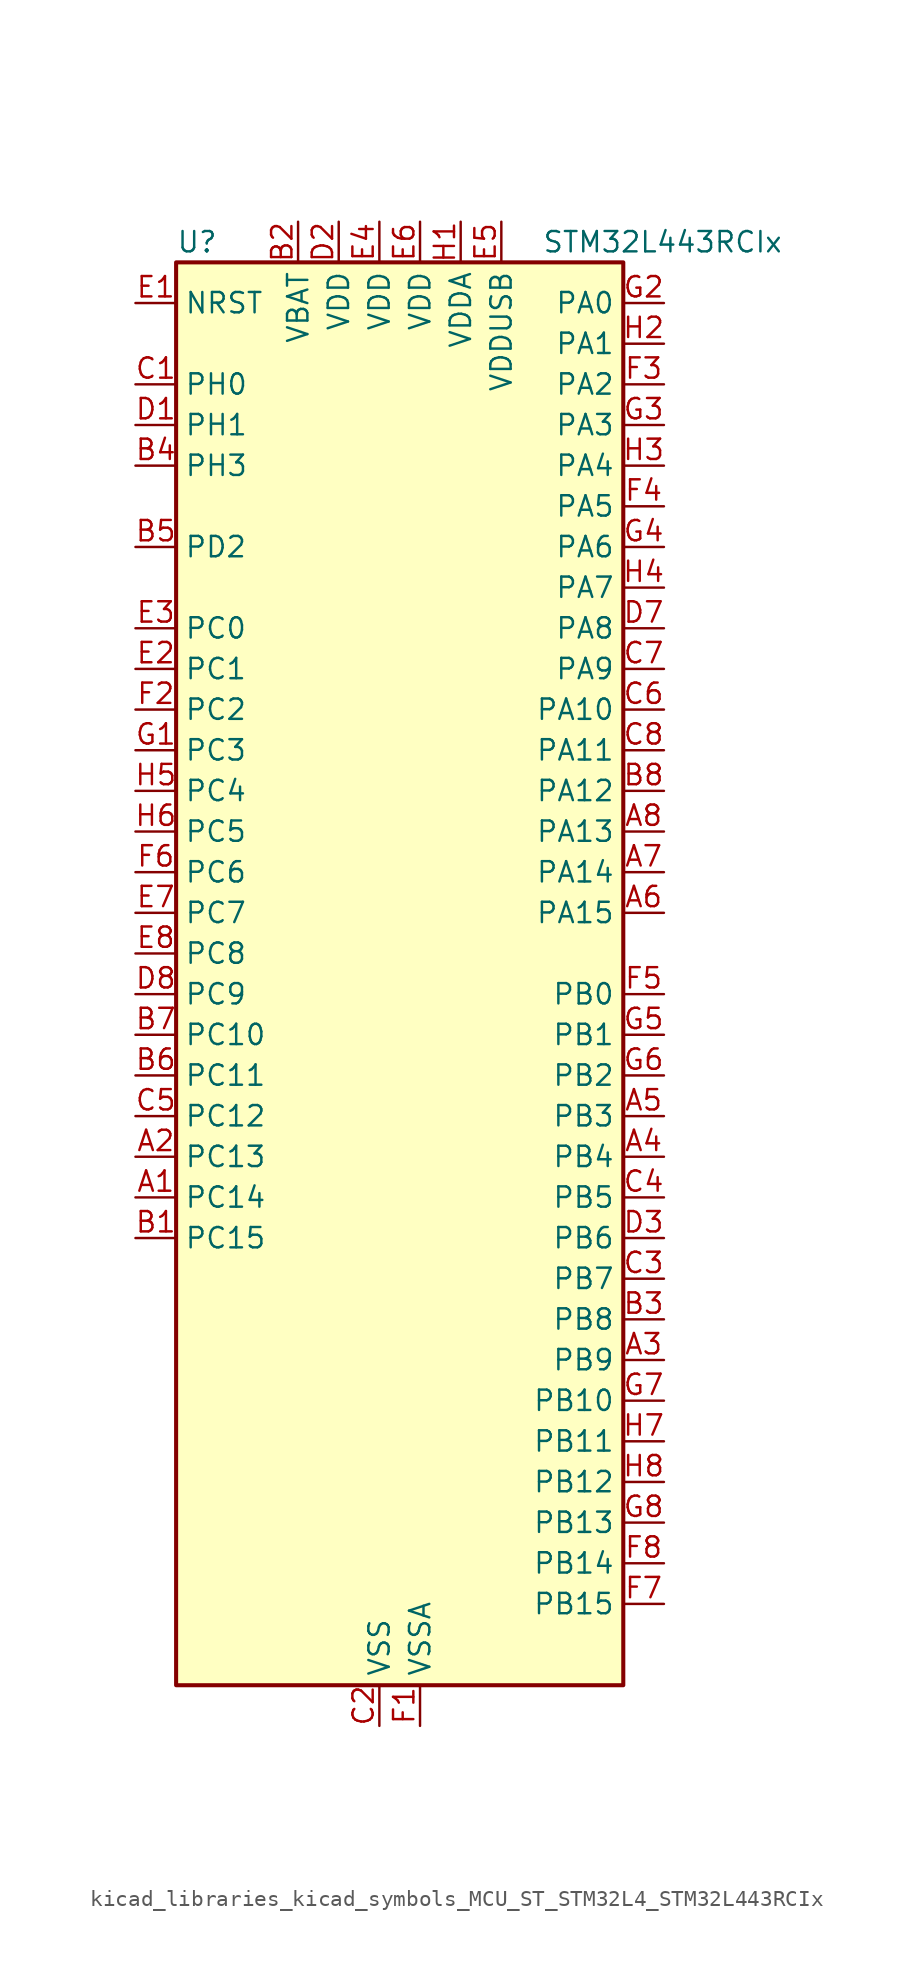
<source format=kicad_sym>
(kicad_symbol_lib
  (version 20220914)
  (generator kicad_symbol_editor)
  (symbol "kicad_libraries_kicad_symbols_MCU_ST_STM32L4_STM32L443RCIx"
    (property "Reference" "U"
      (at -12.7 46.99 0)
      (effects (font (size 1.27 1.27)) (justify left)))
    (property "Value" "STM32L443RCIx"
      (at 10.16 46.99 0)
      (effects (font (size 1.27 1.27)) (justify left)))
    (property "ki_locked" ""
      (at 0 0 0)
      (effects (font (size 1.27 1.27))))
    (symbol "kicad_libraries_kicad_symbols_MCU_ST_STM32L4_STM32L443RCIx_0_1"
      (rectangle (start -12.7 -43.18) (end 15.24 45.72) (stroke (width 0.254) (type default)) (fill (type background))))
    (symbol "kicad_libraries_kicad_symbols_MCU_ST_STM32L4_STM32L443RCIx_1_1"
      (pin bidirectional line (at -15.24 -12.7 0) (length 2.54) (name "PC14" (effects (font (size 1.27 1.27)))) (number "A1" (effects (font (size 1.27 1.27)))) (alternate "RCC_OSC32_IN" bidirectional line))
      (pin bidirectional line (at -15.24 -10.16 0) (length 2.54) (name "PC13" (effects (font (size 1.27 1.27)))) (number "A2" (effects (font (size 1.27 1.27)))) (alternate "RTC_OUT_ALARM" bidirectional line) (alternate "RTC_OUT_CALIB" bidirectional line) (alternate "RTC_TAMP1" bidirectional line) (alternate "RTC_TS" bidirectional line) (alternate "SYS_WKUP2" bidirectional line))
      (pin bidirectional line (at 17.78 -22.86 180) (length 2.54) (name "PB9" (effects (font (size 1.27 1.27)))) (number "A3" (effects (font (size 1.27 1.27)))) (alternate "CAN1_TX" bidirectional line) (alternate "DAC1_EXTI9" bidirectional line) (alternate "I2C1_SDA" bidirectional line) (alternate "IR_OUT" bidirectional line) (alternate "LCD_COM3" bidirectional line) (alternate "SAI1_FS_A" bidirectional line) (alternate "SDMMC1_D5" bidirectional line) (alternate "SPI2_NSS" bidirectional line))
      (pin bidirectional line (at 17.78 -10.16 180) (length 2.54) (name "PB4" (effects (font (size 1.27 1.27)))) (number "A4" (effects (font (size 1.27 1.27)))) (alternate "COMP2_INP" bidirectional line) (alternate "I2C3_SDA" bidirectional line) (alternate "LCD_SEG8" bidirectional line) (alternate "SAI1_MCLK_B" bidirectional line) (alternate "SPI1_MISO" bidirectional line) (alternate "SPI3_MISO" bidirectional line) (alternate "SYS_JTRST" bidirectional line) (alternate "TSC_G2_IO1" bidirectional line) (alternate "USART1_CTS" bidirectional line))
      (pin bidirectional line (at 17.78 -7.62 180) (length 2.54) (name "PB3" (effects (font (size 1.27 1.27)))) (number "A5" (effects (font (size 1.27 1.27)))) (alternate "COMP2_INM" bidirectional line) (alternate "LCD_SEG7" bidirectional line) (alternate "SAI1_SCK_B" bidirectional line) (alternate "SPI1_SCK" bidirectional line) (alternate "SPI3_SCK" bidirectional line) (alternate "SYS_JTDO-SWO" bidirectional line) (alternate "TIM2_CH2" bidirectional line) (alternate "USART1_DE" bidirectional line) (alternate "USART1_RTS" bidirectional line))
      (pin bidirectional line (at 17.78 5.08 180) (length 2.54) (name "PA15" (effects (font (size 1.27 1.27)))) (number "A6" (effects (font (size 1.27 1.27)))) (alternate "ADC1_EXTI15" bidirectional line) (alternate "LCD_SEG17" bidirectional line) (alternate "SPI1_NSS" bidirectional line) (alternate "SPI3_NSS" bidirectional line) (alternate "SWPMI1_SUSPEND" bidirectional line) (alternate "SYS_JTDI" bidirectional line) (alternate "TIM2_CH1" bidirectional line) (alternate "TIM2_ETR" bidirectional line) (alternate "TSC_G3_IO1" bidirectional line) (alternate "USART2_RX" bidirectional line) (alternate "USART3_DE" bidirectional line) (alternate "USART3_RTS" bidirectional line))
      (pin bidirectional line (at 17.78 7.62 180) (length 2.54) (name "PA14" (effects (font (size 1.27 1.27)))) (number "A7" (effects (font (size 1.27 1.27)))) (alternate "I2C1_SMBA" bidirectional line) (alternate "LPTIM1_OUT" bidirectional line) (alternate "SAI1_FS_B" bidirectional line) (alternate "SWPMI1_RX" bidirectional line) (alternate "SYS_JTCK-SWCLK" bidirectional line))
      (pin bidirectional line (at 17.78 10.16 180) (length 2.54) (name "PA13" (effects (font (size 1.27 1.27)))) (number "A8" (effects (font (size 1.27 1.27)))) (alternate "IR_OUT" bidirectional line) (alternate "SAI1_SD_B" bidirectional line) (alternate "SWPMI1_TX" bidirectional line) (alternate "SYS_JTMS-SWDIO" bidirectional line) (alternate "USB_NOE" bidirectional line))
      (pin bidirectional line (at -15.24 -15.24 0) (length 2.54) (name "PC15" (effects (font (size 1.27 1.27)))) (number "B1" (effects (font (size 1.27 1.27)))) (alternate "ADC1_EXTI15" bidirectional line) (alternate "RCC_OSC32_OUT" bidirectional line))
      (pin power_in line (at -5.08 48.26 270) (length 2.54) (name "VBAT" (effects (font (size 1.27 1.27)))) (number "B2" (effects (font (size 1.27 1.27)))))
      (pin bidirectional line (at 17.78 -20.32 180) (length 2.54) (name "PB8" (effects (font (size 1.27 1.27)))) (number "B3" (effects (font (size 1.27 1.27)))) (alternate "CAN1_RX" bidirectional line) (alternate "I2C1_SCL" bidirectional line) (alternate "LCD_SEG16" bidirectional line) (alternate "SAI1_MCLK_A" bidirectional line) (alternate "SDMMC1_D4" bidirectional line) (alternate "TIM16_CH1" bidirectional line))
      (pin bidirectional line (at -15.24 33.02 0) (length 2.54) (name "PH3" (effects (font (size 1.27 1.27)))) (number "B4" (effects (font (size 1.27 1.27)))))
      (pin bidirectional line (at -15.24 27.94 0) (length 2.54) (name "PD2" (effects (font (size 1.27 1.27)))) (number "B5" (effects (font (size 1.27 1.27)))) (alternate "LCD_COM7" bidirectional line) (alternate "LCD_SEG31" bidirectional line) (alternate "LCD_SEG43" bidirectional line) (alternate "SDMMC1_CMD" bidirectional line) (alternate "TSC_SYNC" bidirectional line) (alternate "USART3_DE" bidirectional line) (alternate "USART3_RTS" bidirectional line))
      (pin bidirectional line (at -15.24 -5.08 0) (length 2.54) (name "PC11" (effects (font (size 1.27 1.27)))) (number "B6" (effects (font (size 1.27 1.27)))) (alternate "ADC1_EXTI11" bidirectional line) (alternate "LCD_COM5" bidirectional line) (alternate "LCD_SEG29" bidirectional line) (alternate "LCD_SEG41" bidirectional line) (alternate "SDMMC1_D3" bidirectional line) (alternate "SPI3_MISO" bidirectional line) (alternate "TSC_G3_IO3" bidirectional line) (alternate "USART3_RX" bidirectional line))
      (pin bidirectional line (at -15.24 -2.54 0) (length 2.54) (name "PC10" (effects (font (size 1.27 1.27)))) (number "B7" (effects (font (size 1.27 1.27)))) (alternate "LCD_COM4" bidirectional line) (alternate "LCD_SEG28" bidirectional line) (alternate "LCD_SEG40" bidirectional line) (alternate "SDMMC1_D2" bidirectional line) (alternate "SPI3_SCK" bidirectional line) (alternate "TSC_G3_IO2" bidirectional line) (alternate "USART3_TX" bidirectional line))
      (pin bidirectional line (at 17.78 12.7 180) (length 2.54) (name "PA12" (effects (font (size 1.27 1.27)))) (number "B8" (effects (font (size 1.27 1.27)))) (alternate "CAN1_TX" bidirectional line) (alternate "SPI1_MOSI" bidirectional line) (alternate "TIM1_ETR" bidirectional line) (alternate "USART1_DE" bidirectional line) (alternate "USART1_RTS" bidirectional line) (alternate "USB_DP" bidirectional line))
      (pin bidirectional line (at -15.24 38.1 0) (length 2.54) (name "PH0" (effects (font (size 1.27 1.27)))) (number "C1" (effects (font (size 1.27 1.27)))) (alternate "RCC_OSC_IN" bidirectional line))
      (pin power_in line (at 0 -45.72 90) (length 2.54) (name "VSS" (effects (font (size 1.27 1.27)))) (number "C2" (effects (font (size 1.27 1.27)))))
      (pin bidirectional line (at 17.78 -17.78 180) (length 2.54) (name "PB7" (effects (font (size 1.27 1.27)))) (number "C3" (effects (font (size 1.27 1.27)))) (alternate "COMP2_INM" bidirectional line) (alternate "I2C1_SDA" bidirectional line) (alternate "LCD_SEG21" bidirectional line) (alternate "LPTIM1_IN2" bidirectional line) (alternate "SYS_PVD_IN" bidirectional line) (alternate "TSC_G2_IO4" bidirectional line) (alternate "USART1_RX" bidirectional line))
      (pin bidirectional line (at 17.78 -12.7 180) (length 2.54) (name "PB5" (effects (font (size 1.27 1.27)))) (number "C4" (effects (font (size 1.27 1.27)))) (alternate "COMP2_OUT" bidirectional line) (alternate "I2C1_SMBA" bidirectional line) (alternate "LCD_SEG9" bidirectional line) (alternate "LPTIM1_IN1" bidirectional line) (alternate "SAI1_SD_B" bidirectional line) (alternate "SPI1_MOSI" bidirectional line) (alternate "SPI3_MOSI" bidirectional line) (alternate "TIM16_BKIN" bidirectional line) (alternate "TSC_G2_IO2" bidirectional line) (alternate "USART1_CK" bidirectional line))
      (pin bidirectional line (at -15.24 -7.62 0) (length 2.54) (name "PC12" (effects (font (size 1.27 1.27)))) (number "C5" (effects (font (size 1.27 1.27)))) (alternate "LCD_COM6" bidirectional line) (alternate "LCD_SEG30" bidirectional line) (alternate "LCD_SEG42" bidirectional line) (alternate "SDMMC1_CK" bidirectional line) (alternate "SPI3_MOSI" bidirectional line) (alternate "TSC_G3_IO4" bidirectional line) (alternate "USART3_CK" bidirectional line))
      (pin bidirectional line (at 17.78 17.78 180) (length 2.54) (name "PA10" (effects (font (size 1.27 1.27)))) (number "C6" (effects (font (size 1.27 1.27)))) (alternate "CRS_SYNC" bidirectional line) (alternate "I2C1_SDA" bidirectional line) (alternate "LCD_COM2" bidirectional line) (alternate "SAI1_SD_A" bidirectional line) (alternate "TIM1_CH3" bidirectional line) (alternate "USART1_RX" bidirectional line))
      (pin bidirectional line (at 17.78 20.32 180) (length 2.54) (name "PA9" (effects (font (size 1.27 1.27)))) (number "C7" (effects (font (size 1.27 1.27)))) (alternate "DAC1_EXTI9" bidirectional line) (alternate "I2C1_SCL" bidirectional line) (alternate "LCD_COM1" bidirectional line) (alternate "SAI1_FS_A" bidirectional line) (alternate "TIM15_BKIN" bidirectional line) (alternate "TIM1_CH2" bidirectional line) (alternate "USART1_TX" bidirectional line))
      (pin bidirectional line (at 17.78 15.24 180) (length 2.54) (name "PA11" (effects (font (size 1.27 1.27)))) (number "C8" (effects (font (size 1.27 1.27)))) (alternate "ADC1_EXTI11" bidirectional line) (alternate "CAN1_RX" bidirectional line) (alternate "COMP1_OUT" bidirectional line) (alternate "SPI1_MISO" bidirectional line) (alternate "TIM1_BKIN2" bidirectional line) (alternate "TIM1_BKIN2_COMP1" bidirectional line) (alternate "TIM1_CH4" bidirectional line) (alternate "USART1_CTS" bidirectional line) (alternate "USB_DM" bidirectional line))
      (pin bidirectional line (at -15.24 35.56 0) (length 2.54) (name "PH1" (effects (font (size 1.27 1.27)))) (number "D1" (effects (font (size 1.27 1.27)))) (alternate "RCC_OSC_OUT" bidirectional line))
      (pin power_in line (at -2.54 48.26 270) (length 2.54) (name "VDD" (effects (font (size 1.27 1.27)))) (number "D2" (effects (font (size 1.27 1.27)))))
      (pin bidirectional line (at 17.78 -15.24 180) (length 2.54) (name "PB6" (effects (font (size 1.27 1.27)))) (number "D3" (effects (font (size 1.27 1.27)))) (alternate "COMP2_INP" bidirectional line) (alternate "I2C1_SCL" bidirectional line) (alternate "LPTIM1_ETR" bidirectional line) (alternate "SAI1_FS_B" bidirectional line) (alternate "TIM16_CH1N" bidirectional line) (alternate "TSC_G2_IO3" bidirectional line) (alternate "USART1_TX" bidirectional line))
      (pin passive line (at 0 -45.72 90) (length 2.54) hide (name "VSS" (effects (font (size 1.27 1.27)))) (number "D4" (effects (font (size 1.27 1.27)))))
      (pin passive line (at 0 -45.72 90) (length 2.54) hide (name "VSS" (effects (font (size 1.27 1.27)))) (number "D5" (effects (font (size 1.27 1.27)))))
      (pin passive line (at 0 -45.72 90) (length 2.54) hide (name "VSS" (effects (font (size 1.27 1.27)))) (number "D6" (effects (font (size 1.27 1.27)))))
      (pin bidirectional line (at 17.78 22.86 180) (length 2.54) (name "PA8" (effects (font (size 1.27 1.27)))) (number "D7" (effects (font (size 1.27 1.27)))) (alternate "LCD_COM0" bidirectional line) (alternate "LPTIM2_OUT" bidirectional line) (alternate "RCC_MCO" bidirectional line) (alternate "SAI1_SCK_A" bidirectional line) (alternate "SWPMI1_IO" bidirectional line) (alternate "TIM1_CH1" bidirectional line) (alternate "USART1_CK" bidirectional line))
      (pin bidirectional line (at -15.24 0 0) (length 2.54) (name "PC9" (effects (font (size 1.27 1.27)))) (number "D8" (effects (font (size 1.27 1.27)))) (alternate "DAC1_EXTI9" bidirectional line) (alternate "LCD_SEG27" bidirectional line) (alternate "SDMMC1_D1" bidirectional line) (alternate "TSC_G4_IO4" bidirectional line) (alternate "USB_NOE" bidirectional line))
      (pin input line (at -15.24 43.18 0) (length 2.54) (name "NRST" (effects (font (size 1.27 1.27)))) (number "E1" (effects (font (size 1.27 1.27)))))
      (pin bidirectional line (at -15.24 20.32 0) (length 2.54) (name "PC1" (effects (font (size 1.27 1.27)))) (number "E2" (effects (font (size 1.27 1.27)))) (alternate "ADC1_IN2" bidirectional line) (alternate "I2C3_SDA" bidirectional line) (alternate "LCD_SEG19" bidirectional line) (alternate "LPTIM1_OUT" bidirectional line) (alternate "LPUART1_TX" bidirectional line))
      (pin bidirectional line (at -15.24 22.86 0) (length 2.54) (name "PC0" (effects (font (size 1.27 1.27)))) (number "E3" (effects (font (size 1.27 1.27)))) (alternate "ADC1_IN1" bidirectional line) (alternate "I2C3_SCL" bidirectional line) (alternate "LCD_SEG18" bidirectional line) (alternate "LPTIM1_IN1" bidirectional line) (alternate "LPTIM2_IN1" bidirectional line) (alternate "LPUART1_RX" bidirectional line))
      (pin power_in line (at 0 48.26 270) (length 2.54) (name "VDD" (effects (font (size 1.27 1.27)))) (number "E4" (effects (font (size 1.27 1.27)))))
      (pin power_in line (at 7.62 48.26 270) (length 2.54) (name "VDDUSB" (effects (font (size 1.27 1.27)))) (number "E5" (effects (font (size 1.27 1.27)))))
      (pin power_in line (at 2.54 48.26 270) (length 2.54) (name "VDD" (effects (font (size 1.27 1.27)))) (number "E6" (effects (font (size 1.27 1.27)))))
      (pin bidirectional line (at -15.24 5.08 0) (length 2.54) (name "PC7" (effects (font (size 1.27 1.27)))) (number "E7" (effects (font (size 1.27 1.27)))) (alternate "LCD_SEG25" bidirectional line) (alternate "SDMMC1_D7" bidirectional line) (alternate "TSC_G4_IO2" bidirectional line))
      (pin bidirectional line (at -15.24 2.54 0) (length 2.54) (name "PC8" (effects (font (size 1.27 1.27)))) (number "E8" (effects (font (size 1.27 1.27)))) (alternate "LCD_SEG26" bidirectional line) (alternate "SDMMC1_D0" bidirectional line) (alternate "TSC_G4_IO3" bidirectional line))
      (pin power_in line (at 2.54 -45.72 90) (length 2.54) (name "VSSA" (effects (font (size 1.27 1.27)))) (number "F1" (effects (font (size 1.27 1.27)))))
      (pin bidirectional line (at -15.24 17.78 0) (length 2.54) (name "PC2" (effects (font (size 1.27 1.27)))) (number "F2" (effects (font (size 1.27 1.27)))) (alternate "ADC1_IN3" bidirectional line) (alternate "LCD_SEG20" bidirectional line) (alternate "LPTIM1_IN2" bidirectional line) (alternate "SPI2_MISO" bidirectional line))
      (pin bidirectional line (at 17.78 38.1 180) (length 2.54) (name "PA2" (effects (font (size 1.27 1.27)))) (number "F3" (effects (font (size 1.27 1.27)))) (alternate "ADC1_IN7" bidirectional line) (alternate "COMP2_INM" bidirectional line) (alternate "COMP2_OUT" bidirectional line) (alternate "LCD_SEG1" bidirectional line) (alternate "LPUART1_TX" bidirectional line) (alternate "QUADSPI_BK1_NCS" bidirectional line) (alternate "RCC_LSCO" bidirectional line) (alternate "SYS_WKUP4" bidirectional line) (alternate "TIM15_CH1" bidirectional line) (alternate "TIM2_CH3" bidirectional line) (alternate "USART2_TX" bidirectional line))
      (pin bidirectional line (at 17.78 30.48 180) (length 2.54) (name "PA5" (effects (font (size 1.27 1.27)))) (number "F4" (effects (font (size 1.27 1.27)))) (alternate "ADC1_IN10" bidirectional line) (alternate "COMP1_INM" bidirectional line) (alternate "COMP2_INM" bidirectional line) (alternate "DAC1_OUT2" bidirectional line) (alternate "LPTIM2_ETR" bidirectional line) (alternate "SPI1_SCK" bidirectional line) (alternate "TIM2_CH1" bidirectional line) (alternate "TIM2_ETR" bidirectional line))
      (pin bidirectional line (at 17.78 0 180) (length 2.54) (name "PB0" (effects (font (size 1.27 1.27)))) (number "F5" (effects (font (size 1.27 1.27)))) (alternate "ADC1_IN15" bidirectional line) (alternate "COMP1_OUT" bidirectional line) (alternate "LCD_SEG5" bidirectional line) (alternate "QUADSPI_BK1_IO1" bidirectional line) (alternate "SAI1_EXTCLK" bidirectional line) (alternate "SPI1_NSS" bidirectional line) (alternate "TIM1_CH2N" bidirectional line) (alternate "USART3_CK" bidirectional line))
      (pin bidirectional line (at -15.24 7.62 0) (length 2.54) (name "PC6" (effects (font (size 1.27 1.27)))) (number "F6" (effects (font (size 1.27 1.27)))) (alternate "LCD_SEG24" bidirectional line) (alternate "SDMMC1_D6" bidirectional line) (alternate "TSC_G4_IO1" bidirectional line))
      (pin bidirectional line (at 17.78 -38.1 180) (length 2.54) (name "PB15" (effects (font (size 1.27 1.27)))) (number "F7" (effects (font (size 1.27 1.27)))) (alternate "ADC1_EXTI15" bidirectional line) (alternate "LCD_SEG15" bidirectional line) (alternate "RTC_REFIN" bidirectional line) (alternate "SAI1_SD_A" bidirectional line) (alternate "SPI2_MOSI" bidirectional line) (alternate "SWPMI1_SUSPEND" bidirectional line) (alternate "TIM15_CH2" bidirectional line) (alternate "TIM1_CH3N" bidirectional line) (alternate "TSC_G1_IO4" bidirectional line))
      (pin bidirectional line (at 17.78 -35.56 180) (length 2.54) (name "PB14" (effects (font (size 1.27 1.27)))) (number "F8" (effects (font (size 1.27 1.27)))) (alternate "I2C2_SDA" bidirectional line) (alternate "LCD_SEG14" bidirectional line) (alternate "SAI1_MCLK_A" bidirectional line) (alternate "SPI2_MISO" bidirectional line) (alternate "SWPMI1_RX" bidirectional line) (alternate "TIM15_CH1" bidirectional line) (alternate "TIM1_CH2N" bidirectional line) (alternate "TSC_G1_IO3" bidirectional line) (alternate "USART3_DE" bidirectional line) (alternate "USART3_RTS" bidirectional line))
      (pin bidirectional line (at -15.24 15.24 0) (length 2.54) (name "PC3" (effects (font (size 1.27 1.27)))) (number "G1" (effects (font (size 1.27 1.27)))) (alternate "ADC1_IN4" bidirectional line) (alternate "LCD_VLCD" bidirectional line) (alternate "LPTIM1_ETR" bidirectional line) (alternate "LPTIM2_ETR" bidirectional line) (alternate "SAI1_SD_A" bidirectional line) (alternate "SPI2_MOSI" bidirectional line))
      (pin bidirectional line (at 17.78 43.18 180) (length 2.54) (name "PA0" (effects (font (size 1.27 1.27)))) (number "G2" (effects (font (size 1.27 1.27)))) (alternate "ADC1_IN5" bidirectional line) (alternate "COMP1_INM" bidirectional line) (alternate "COMP1_OUT" bidirectional line) (alternate "OPAMP1_VINP" bidirectional line) (alternate "RTC_TAMP2" bidirectional line) (alternate "SAI1_EXTCLK" bidirectional line) (alternate "SYS_WKUP1" bidirectional line) (alternate "TIM2_CH1" bidirectional line) (alternate "TIM2_ETR" bidirectional line) (alternate "USART2_CTS" bidirectional line))
      (pin bidirectional line (at 17.78 35.56 180) (length 2.54) (name "PA3" (effects (font (size 1.27 1.27)))) (number "G3" (effects (font (size 1.27 1.27)))) (alternate "ADC1_IN8" bidirectional line) (alternate "COMP2_INP" bidirectional line) (alternate "LCD_SEG2" bidirectional line) (alternate "LPUART1_RX" bidirectional line) (alternate "OPAMP1_VOUT" bidirectional line) (alternate "QUADSPI_CLK" bidirectional line) (alternate "SAI1_MCLK_A" bidirectional line) (alternate "TIM15_CH2" bidirectional line) (alternate "TIM2_CH4" bidirectional line) (alternate "USART2_RX" bidirectional line))
      (pin bidirectional line (at 17.78 27.94 180) (length 2.54) (name "PA6" (effects (font (size 1.27 1.27)))) (number "G4" (effects (font (size 1.27 1.27)))) (alternate "ADC1_IN11" bidirectional line) (alternate "COMP1_OUT" bidirectional line) (alternate "LCD_SEG3" bidirectional line) (alternate "LPUART1_CTS" bidirectional line) (alternate "QUADSPI_BK1_IO3" bidirectional line) (alternate "SPI1_MISO" bidirectional line) (alternate "TIM16_CH1" bidirectional line) (alternate "TIM1_BKIN" bidirectional line) (alternate "TIM1_BKIN_COMP2" bidirectional line) (alternate "USART3_CTS" bidirectional line))
      (pin bidirectional line (at 17.78 -2.54 180) (length 2.54) (name "PB1" (effects (font (size 1.27 1.27)))) (number "G5" (effects (font (size 1.27 1.27)))) (alternate "ADC1_IN16" bidirectional line) (alternate "COMP1_INM" bidirectional line) (alternate "LCD_SEG6" bidirectional line) (alternate "LPTIM2_IN1" bidirectional line) (alternate "LPUART1_DE" bidirectional line) (alternate "LPUART1_RTS" bidirectional line) (alternate "QUADSPI_BK1_IO0" bidirectional line) (alternate "TIM1_CH3N" bidirectional line) (alternate "USART3_DE" bidirectional line) (alternate "USART3_RTS" bidirectional line))
      (pin bidirectional line (at 17.78 -5.08 180) (length 2.54) (name "PB2" (effects (font (size 1.27 1.27)))) (number "G6" (effects (font (size 1.27 1.27)))) (alternate "COMP1_INP" bidirectional line) (alternate "I2C3_SMBA" bidirectional line) (alternate "LCD_VLCD" bidirectional line) (alternate "LPTIM1_OUT" bidirectional line) (alternate "RTC_OUT_ALARM" bidirectional line) (alternate "RTC_OUT_CALIB" bidirectional line))
      (pin bidirectional line (at 17.78 -25.4 180) (length 2.54) (name "PB10" (effects (font (size 1.27 1.27)))) (number "G7" (effects (font (size 1.27 1.27)))) (alternate "COMP1_OUT" bidirectional line) (alternate "I2C2_SCL" bidirectional line) (alternate "LCD_SEG10" bidirectional line) (alternate "LPUART1_RX" bidirectional line) (alternate "QUADSPI_CLK" bidirectional line) (alternate "SAI1_SCK_A" bidirectional line) (alternate "SPI2_SCK" bidirectional line) (alternate "TIM2_CH3" bidirectional line) (alternate "TSC_SYNC" bidirectional line) (alternate "USART3_TX" bidirectional line))
      (pin bidirectional line (at 17.78 -33.02 180) (length 2.54) (name "PB13" (effects (font (size 1.27 1.27)))) (number "G8" (effects (font (size 1.27 1.27)))) (alternate "I2C2_SCL" bidirectional line) (alternate "LCD_SEG13" bidirectional line) (alternate "LPUART1_CTS" bidirectional line) (alternate "SAI1_SCK_A" bidirectional line) (alternate "SPI2_SCK" bidirectional line) (alternate "SWPMI1_TX" bidirectional line) (alternate "TIM15_CH1N" bidirectional line) (alternate "TIM1_CH1N" bidirectional line) (alternate "TSC_G1_IO2" bidirectional line) (alternate "USART3_CTS" bidirectional line))
      (pin power_in line (at 5.08 48.26 270) (length 2.54) (name "VDDA" (effects (font (size 1.27 1.27)))) (number "H1" (effects (font (size 1.27 1.27)))))
      (pin bidirectional line (at 17.78 40.64 180) (length 2.54) (name "PA1" (effects (font (size 1.27 1.27)))) (number "H2" (effects (font (size 1.27 1.27)))) (alternate "ADC1_IN6" bidirectional line) (alternate "COMP1_INP" bidirectional line) (alternate "I2C1_SMBA" bidirectional line) (alternate "LCD_SEG0" bidirectional line) (alternate "OPAMP1_VINM" bidirectional line) (alternate "SPI1_SCK" bidirectional line) (alternate "TIM15_CH1N" bidirectional line) (alternate "TIM2_CH2" bidirectional line) (alternate "USART2_DE" bidirectional line) (alternate "USART2_RTS" bidirectional line))
      (pin bidirectional line (at 17.78 33.02 180) (length 2.54) (name "PA4" (effects (font (size 1.27 1.27)))) (number "H3" (effects (font (size 1.27 1.27)))) (alternate "ADC1_IN9" bidirectional line) (alternate "COMP1_INM" bidirectional line) (alternate "COMP2_INM" bidirectional line) (alternate "DAC1_OUT1" bidirectional line) (alternate "LPTIM2_OUT" bidirectional line) (alternate "SAI1_FS_B" bidirectional line) (alternate "SPI1_NSS" bidirectional line) (alternate "SPI3_NSS" bidirectional line) (alternate "USART2_CK" bidirectional line))
      (pin bidirectional line (at 17.78 25.4 180) (length 2.54) (name "PA7" (effects (font (size 1.27 1.27)))) (number "H4" (effects (font (size 1.27 1.27)))) (alternate "ADC1_IN12" bidirectional line) (alternate "COMP2_OUT" bidirectional line) (alternate "I2C3_SCL" bidirectional line) (alternate "LCD_SEG4" bidirectional line) (alternate "QUADSPI_BK1_IO2" bidirectional line) (alternate "SPI1_MOSI" bidirectional line) (alternate "TIM1_CH1N" bidirectional line))
      (pin bidirectional line (at -15.24 12.7 0) (length 2.54) (name "PC4" (effects (font (size 1.27 1.27)))) (number "H5" (effects (font (size 1.27 1.27)))) (alternate "ADC1_IN13" bidirectional line) (alternate "COMP1_INM" bidirectional line) (alternate "LCD_SEG22" bidirectional line) (alternate "USART3_TX" bidirectional line))
      (pin bidirectional line (at -15.24 10.16 0) (length 2.54) (name "PC5" (effects (font (size 1.27 1.27)))) (number "H6" (effects (font (size 1.27 1.27)))) (alternate "ADC1_IN14" bidirectional line) (alternate "COMP1_INP" bidirectional line) (alternate "LCD_SEG23" bidirectional line) (alternate "SYS_WKUP5" bidirectional line) (alternate "USART3_RX" bidirectional line))
      (pin bidirectional line (at 17.78 -27.94 180) (length 2.54) (name "PB11" (effects (font (size 1.27 1.27)))) (number "H7" (effects (font (size 1.27 1.27)))) (alternate "ADC1_EXTI11" bidirectional line) (alternate "COMP2_OUT" bidirectional line) (alternate "I2C2_SDA" bidirectional line) (alternate "LCD_SEG11" bidirectional line) (alternate "LPUART1_TX" bidirectional line) (alternate "QUADSPI_BK1_NCS" bidirectional line) (alternate "TIM2_CH4" bidirectional line) (alternate "USART3_RX" bidirectional line))
      (pin bidirectional line (at 17.78 -30.48 180) (length 2.54) (name "PB12" (effects (font (size 1.27 1.27)))) (number "H8" (effects (font (size 1.27 1.27)))) (alternate "I2C2_SMBA" bidirectional line) (alternate "LCD_SEG12" bidirectional line) (alternate "LPUART1_DE" bidirectional line) (alternate "LPUART1_RTS" bidirectional line) (alternate "SAI1_FS_A" bidirectional line) (alternate "SPI2_NSS" bidirectional line) (alternate "SWPMI1_IO" bidirectional line) (alternate "TIM15_BKIN" bidirectional line) (alternate "TIM1_BKIN" bidirectional line) (alternate "TIM1_BKIN_COMP2" bidirectional line) (alternate "TSC_G1_IO1" bidirectional line) (alternate "USART3_CK" bidirectional line)))))
</source>
